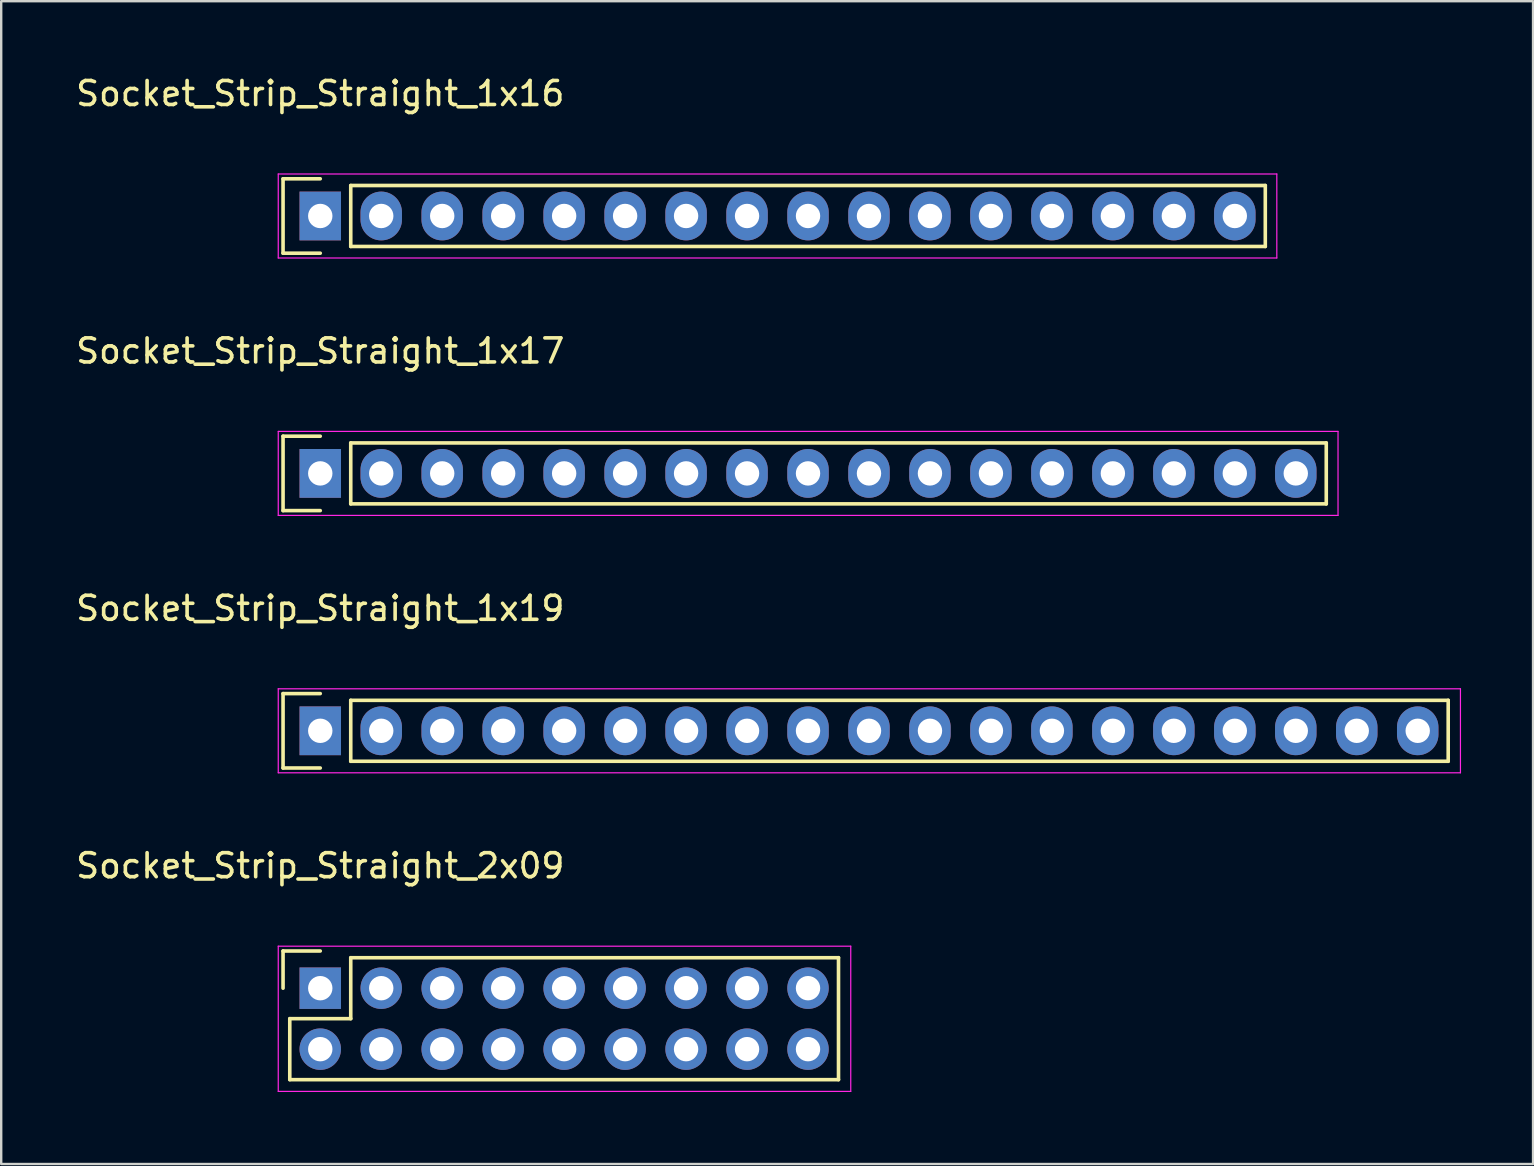
<source format=kicad_pcb>
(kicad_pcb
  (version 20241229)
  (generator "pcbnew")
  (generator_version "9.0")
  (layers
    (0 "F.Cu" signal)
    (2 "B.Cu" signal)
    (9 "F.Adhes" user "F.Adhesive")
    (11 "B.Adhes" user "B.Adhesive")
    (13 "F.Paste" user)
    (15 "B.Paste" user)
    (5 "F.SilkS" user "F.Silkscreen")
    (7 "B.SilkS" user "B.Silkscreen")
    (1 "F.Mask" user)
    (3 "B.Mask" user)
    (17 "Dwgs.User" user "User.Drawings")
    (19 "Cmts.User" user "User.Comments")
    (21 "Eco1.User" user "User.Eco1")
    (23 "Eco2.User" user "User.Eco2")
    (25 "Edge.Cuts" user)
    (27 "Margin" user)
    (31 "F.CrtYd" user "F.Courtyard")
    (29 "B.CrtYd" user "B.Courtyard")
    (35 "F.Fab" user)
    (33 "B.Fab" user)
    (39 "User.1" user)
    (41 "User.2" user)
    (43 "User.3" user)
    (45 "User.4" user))
  (footprint "Socket_Strip_Straight_1x17"
    (layer "F.Cu")
    (at 10.292 16.672)
    (property "Reference" "Socket_Strip_Straight_1x17" (at 0 -5.1 0) (layer "F.SilkS") (effects (font (size 1 1) (thickness 0.15))))
    (attr through_hole)
    (fp_line (start -1.55 -1.55) (end -1.55 1.55) (stroke (width 0.15) (type solid)) (layer "F.SilkS"))
    (fp_line (start -1.55 1.55) (end 0 1.55) (stroke (width 0.15) (type solid)) (layer "F.SilkS"))
    (fp_line (start 0 -1.55) (end -1.55 -1.55) (stroke (width 0.15) (type solid)) (layer "F.SilkS"))
    (fp_line (start 1.27 1.27) (end 1.27 -1.27) (stroke (width 0.15) (type solid)) (layer "F.SilkS"))
    (fp_line (start 1.27 1.27) (end 41.91 1.27) (stroke (width 0.15) (type solid)) (layer "F.SilkS"))
    (fp_line (start 41.91 -1.27) (end 1.27 -1.27) (stroke (width 0.15) (type solid)) (layer "F.SilkS"))
    (fp_line (start 41.91 1.27) (end 41.91 -1.27) (stroke (width 0.15) (type solid)) (layer "F.SilkS"))
    (fp_line (start -1.75 -1.75) (end -1.75 1.75) (stroke (width 0.05) (type solid)) (layer "F.CrtYd"))
    (fp_line (start -1.75 -1.75) (end 42.4 -1.75) (stroke (width 0.05) (type solid)) (layer "F.CrtYd"))
    (fp_line (start -1.75 1.75) (end 42.4 1.75) (stroke (width 0.05) (type solid)) (layer "F.CrtYd"))
    (fp_line (start 42.4 -1.75) (end 42.4 1.75) (stroke (width 0.05) (type solid)) (layer "F.CrtYd"))
    (pad "1" thru_hole rect (at 0 0) (size 1.727 2.032) (drill 1.016) (layers "*.Cu" "*.Mask"))
    (pad "2" thru_hole oval (at 2.54 0) (size 1.727 2.032) (drill 1.016) (layers "*.Cu" "*.Mask"))
    (pad "3" thru_hole oval (at 5.08 0) (size 1.727 2.032) (drill 1.016) (layers "*.Cu" "*.Mask"))
    (pad "4" thru_hole oval (at 7.62 0) (size 1.727 2.032) (drill 1.016) (layers "*.Cu" "*.Mask"))
    (pad "5" thru_hole oval (at 10.16 0) (size 1.727 2.032) (drill 1.016) (layers "*.Cu" "*.Mask"))
    (pad "6" thru_hole oval (at 12.7 0) (size 1.727 2.032) (drill 1.016) (layers "*.Cu" "*.Mask"))
    (pad "7" thru_hole oval (at 15.24 0) (size 1.727 2.032) (drill 1.016) (layers "*.Cu" "*.Mask"))
    (pad "8" thru_hole oval (at 17.78 0) (size 1.727 2.032) (drill 1.016) (layers "*.Cu" "*.Mask"))
    (pad "9" thru_hole oval (at 20.32 0) (size 1.727 2.032) (drill 1.016) (layers "*.Cu" "*.Mask"))
    (pad "10" thru_hole oval (at 22.86 0) (size 1.727 2.032) (drill 1.016) (layers "*.Cu" "*.Mask"))
    (pad "11" thru_hole oval (at 25.4 0) (size 1.727 2.032) (drill 1.016) (layers "*.Cu" "*.Mask"))
    (pad "12" thru_hole oval (at 27.94 0) (size 1.727 2.032) (drill 1.016) (layers "*.Cu" "*.Mask"))
    (pad "13" thru_hole oval (at 30.48 0) (size 1.727 2.032) (drill 1.016) (layers "*.Cu" "*.Mask"))
    (pad "14" thru_hole oval (at 33.02 0) (size 1.727 2.032) (drill 1.016) (layers "*.Cu" "*.Mask"))
    (pad "15" thru_hole oval (at 35.56 0) (size 1.727 2.032) (drill 1.016) (layers "*.Cu" "*.Mask"))
    (pad "16" thru_hole oval (at 38.1 0) (size 1.727 2.032) (drill 1.016) (layers "*.Cu" "*.Mask"))
    (pad "17" thru_hole oval (at 40.64 0) (size 1.727 2.032) (drill 1.016) (layers "*.Cu" "*.Mask")))
  (footprint "Socket_Strip_Straight_2x09"
    (layer "F.Cu")
    (at 10.292 38.118)
    (property "Reference" "Socket_Strip_Straight_2x09" (at 0 -5.1 0) (layer "F.SilkS") (effects (font (size 1 1) (thickness 0.15))))
    (attr through_hole)
    (fp_line (start -1.55 -1.55) (end -1.55 0) (stroke (width 0.15) (type solid)) (layer "F.SilkS"))
    (fp_line (start -1.27 1.27) (end 1.27 1.27) (stroke (width 0.15) (type solid)) (layer "F.SilkS"))
    (fp_line (start -1.27 3.81) (end -1.27 1.27) (stroke (width 0.15) (type solid)) (layer "F.SilkS"))
    (fp_line (start 0 -1.55) (end -1.55 -1.55) (stroke (width 0.15) (type solid)) (layer "F.SilkS"))
    (fp_line (start 1.27 -1.27) (end 21.59 -1.27) (stroke (width 0.15) (type solid)) (layer "F.SilkS"))
    (fp_line (start 1.27 1.27) (end 1.27 -1.27) (stroke (width 0.15) (type solid)) (layer "F.SilkS"))
    (fp_line (start 21.59 3.81) (end -1.27 3.81) (stroke (width 0.15) (type solid)) (layer "F.SilkS"))
    (fp_line (start 21.59 3.81) (end 21.59 -1.27) (stroke (width 0.15) (type solid)) (layer "F.SilkS"))
    (fp_line (start -1.75 -1.75) (end -1.75 4.3) (stroke (width 0.05) (type solid)) (layer "F.CrtYd"))
    (fp_line (start -1.75 -1.75) (end 22.1 -1.75) (stroke (width 0.05) (type solid)) (layer "F.CrtYd"))
    (fp_line (start -1.75 4.3) (end 22.1 4.3) (stroke (width 0.05) (type solid)) (layer "F.CrtYd"))
    (fp_line (start 22.1 -1.75) (end 22.1 4.3) (stroke (width 0.05) (type solid)) (layer "F.CrtYd"))
    (pad "1" thru_hole rect (at 0 0) (size 1.727 1.727) (drill 1.016) (layers "*.Cu" "*.Mask"))
    (pad "2" thru_hole oval (at 0 2.54) (size 1.727 1.727) (drill 1.016) (layers "*.Cu" "*.Mask"))
    (pad "3" thru_hole oval (at 2.54 0) (size 1.727 1.727) (drill 1.016) (layers "*.Cu" "*.Mask"))
    (pad "4" thru_hole oval (at 2.54 2.54) (size 1.727 1.727) (drill 1.016) (layers "*.Cu" "*.Mask"))
    (pad "5" thru_hole oval (at 5.08 0) (size 1.727 1.727) (drill 1.016) (layers "*.Cu" "*.Mask"))
    (pad "6" thru_hole oval (at 5.08 2.54) (size 1.727 1.727) (drill 1.016) (layers "*.Cu" "*.Mask"))
    (pad "7" thru_hole oval (at 7.62 0) (size 1.727 1.727) (drill 1.016) (layers "*.Cu" "*.Mask"))
    (pad "8" thru_hole oval (at 7.62 2.54) (size 1.727 1.727) (drill 1.016) (layers "*.Cu" "*.Mask"))
    (pad "9" thru_hole oval (at 10.16 0) (size 1.727 1.727) (drill 1.016) (layers "*.Cu" "*.Mask"))
    (pad "10" thru_hole oval (at 10.16 2.54) (size 1.727 1.727) (drill 1.016) (layers "*.Cu" "*.Mask"))
    (pad "11" thru_hole oval (at 12.7 0) (size 1.727 1.727) (drill 1.016) (layers "*.Cu" "*.Mask"))
    (pad "12" thru_hole oval (at 12.7 2.54) (size 1.727 1.727) (drill 1.016) (layers "*.Cu" "*.Mask"))
    (pad "13" thru_hole oval (at 15.24 0) (size 1.727 1.727) (drill 1.016) (layers "*.Cu" "*.Mask"))
    (pad "14" thru_hole oval (at 15.24 2.54) (size 1.727 1.727) (drill 1.016) (layers "*.Cu" "*.Mask"))
    (pad "15" thru_hole oval (at 17.78 0) (size 1.727 1.727) (drill 1.016) (layers "*.Cu" "*.Mask"))
    (pad "16" thru_hole oval (at 17.78 2.54) (size 1.727 1.727) (drill 1.016) (layers "*.Cu" "*.Mask"))
    (pad "17" thru_hole oval (at 20.32 0) (size 1.727 1.727) (drill 1.016) (layers "*.Cu" "*.Mask"))
    (pad "18" thru_hole oval (at 20.32 2.54) (size 1.727 1.727) (drill 1.016) (layers "*.Cu" "*.Mask")))
  (footprint "Socket_Strip_Straight_1x19"
    (layer "F.Cu")
    (at 10.292 27.395)
    (property "Reference" "Socket_Strip_Straight_1x19" (at 0 -5.1 0) (layer "F.SilkS") (effects (font (size 1 1) (thickness 0.15))))
    (attr through_hole)
    (fp_line (start -1.55 -1.55) (end -1.55 1.55) (stroke (width 0.15) (type solid)) (layer "F.SilkS"))
    (fp_line (start -1.55 1.55) (end 0 1.55) (stroke (width 0.15) (type solid)) (layer "F.SilkS"))
    (fp_line (start 0 -1.55) (end -1.55 -1.55) (stroke (width 0.15) (type solid)) (layer "F.SilkS"))
    (fp_line (start 1.27 1.27) (end 1.27 -1.27) (stroke (width 0.15) (type solid)) (layer "F.SilkS"))
    (fp_line (start 1.27 1.27) (end 46.99 1.27) (stroke (width 0.15) (type solid)) (layer "F.SilkS"))
    (fp_line (start 46.99 -1.27) (end 1.27 -1.27) (stroke (width 0.15) (type solid)) (layer "F.SilkS"))
    (fp_line (start 46.99 1.27) (end 46.99 -1.27) (stroke (width 0.15) (type solid)) (layer "F.SilkS"))
    (fp_line (start -1.75 -1.75) (end -1.75 1.75) (stroke (width 0.05) (type solid)) (layer "F.CrtYd"))
    (fp_line (start -1.75 -1.75) (end 47.5 -1.75) (stroke (width 0.05) (type solid)) (layer "F.CrtYd"))
    (fp_line (start -1.75 1.75) (end 47.5 1.75) (stroke (width 0.05) (type solid)) (layer "F.CrtYd"))
    (fp_line (start 47.5 -1.75) (end 47.5 1.75) (stroke (width 0.05) (type solid)) (layer "F.CrtYd"))
    (pad "1" thru_hole rect (at 0 0) (size 1.727 2.032) (drill 1.016) (layers "*.Cu" "*.Mask"))
    (pad "2" thru_hole oval (at 2.54 0) (size 1.727 2.032) (drill 1.016) (layers "*.Cu" "*.Mask"))
    (pad "3" thru_hole oval (at 5.08 0) (size 1.727 2.032) (drill 1.016) (layers "*.Cu" "*.Mask"))
    (pad "4" thru_hole oval (at 7.62 0) (size 1.727 2.032) (drill 1.016) (layers "*.Cu" "*.Mask"))
    (pad "5" thru_hole oval (at 10.16 0) (size 1.727 2.032) (drill 1.016) (layers "*.Cu" "*.Mask"))
    (pad "6" thru_hole oval (at 12.7 0) (size 1.727 2.032) (drill 1.016) (layers "*.Cu" "*.Mask"))
    (pad "7" thru_hole oval (at 15.24 0) (size 1.727 2.032) (drill 1.016) (layers "*.Cu" "*.Mask"))
    (pad "8" thru_hole oval (at 17.78 0) (size 1.727 2.032) (drill 1.016) (layers "*.Cu" "*.Mask"))
    (pad "9" thru_hole oval (at 20.32 0) (size 1.727 2.032) (drill 1.016) (layers "*.Cu" "*.Mask"))
    (pad "10" thru_hole oval (at 22.86 0) (size 1.727 2.032) (drill 1.016) (layers "*.Cu" "*.Mask"))
    (pad "11" thru_hole oval (at 25.4 0) (size 1.727 2.032) (drill 1.016) (layers "*.Cu" "*.Mask"))
    (pad "12" thru_hole oval (at 27.94 0) (size 1.727 2.032) (drill 1.016) (layers "*.Cu" "*.Mask"))
    (pad "13" thru_hole oval (at 30.48 0) (size 1.727 2.032) (drill 1.016) (layers "*.Cu" "*.Mask"))
    (pad "14" thru_hole oval (at 33.02 0) (size 1.727 2.032) (drill 1.016) (layers "*.Cu" "*.Mask"))
    (pad "15" thru_hole oval (at 35.56 0) (size 1.727 2.032) (drill 1.016) (layers "*.Cu" "*.Mask"))
    (pad "16" thru_hole oval (at 38.1 0) (size 1.727 2.032) (drill 1.016) (layers "*.Cu" "*.Mask"))
    (pad "17" thru_hole oval (at 40.64 0) (size 1.727 2.032) (drill 1.016) (layers "*.Cu" "*.Mask"))
    (pad "18" thru_hole oval (at 43.18 0) (size 1.727 2.032) (drill 1.016) (layers "*.Cu" "*.Mask"))
    (pad "19" thru_hole oval (at 45.72 0) (size 1.727 2.032) (drill 1.016) (layers "*.Cu" "*.Mask")))
  (footprint "Socket_Strip_Straight_1x16"
    (layer "F.Cu")
    (at 10.292 5.948)
    (property "Reference" "Socket_Strip_Straight_1x16" (at 0 -5.1 0) (layer "F.SilkS") (effects (font (size 1 1) (thickness 0.15))))
    (attr through_hole)
    (fp_line (start -1.55 -1.55) (end -1.55 1.55) (stroke (width 0.15) (type solid)) (layer "F.SilkS"))
    (fp_line (start -1.55 1.55) (end 0 1.55) (stroke (width 0.15) (type solid)) (layer "F.SilkS"))
    (fp_line (start 0 -1.55) (end -1.55 -1.55) (stroke (width 0.15) (type solid)) (layer "F.SilkS"))
    (fp_line (start 1.27 -1.27) (end 39.37 -1.27) (stroke (width 0.15) (type solid)) (layer "F.SilkS"))
    (fp_line (start 1.27 1.27) (end 1.27 -1.27) (stroke (width 0.15) (type solid)) (layer "F.SilkS"))
    (fp_line (start 39.37 -1.27) (end 39.37 1.27) (stroke (width 0.15) (type solid)) (layer "F.SilkS"))
    (fp_line (start 39.37 1.27) (end 1.27 1.27) (stroke (width 0.15) (type solid)) (layer "F.SilkS"))
    (fp_line (start -1.75 -1.75) (end -1.75 1.75) (stroke (width 0.05) (type solid)) (layer "F.CrtYd"))
    (fp_line (start -1.75 -1.75) (end 39.85 -1.75) (stroke (width 0.05) (type solid)) (layer "F.CrtYd"))
    (fp_line (start -1.75 1.75) (end 39.85 1.75) (stroke (width 0.05) (type solid)) (layer "F.CrtYd"))
    (fp_line (start 39.85 -1.75) (end 39.85 1.75) (stroke (width 0.05) (type solid)) (layer "F.CrtYd"))
    (pad "1" thru_hole rect (at 0 0) (size 1.727 2.032) (drill 1.016) (layers "*.Cu" "*.Mask"))
    (pad "2" thru_hole oval (at 2.54 0) (size 1.727 2.032) (drill 1.016) (layers "*.Cu" "*.Mask"))
    (pad "3" thru_hole oval (at 5.08 0) (size 1.727 2.032) (drill 1.016) (layers "*.Cu" "*.Mask"))
    (pad "4" thru_hole oval (at 7.62 0) (size 1.727 2.032) (drill 1.016) (layers "*.Cu" "*.Mask"))
    (pad "5" thru_hole oval (at 10.16 0) (size 1.727 2.032) (drill 1.016) (layers "*.Cu" "*.Mask"))
    (pad "6" thru_hole oval (at 12.7 0) (size 1.727 2.032) (drill 1.016) (layers "*.Cu" "*.Mask"))
    (pad "7" thru_hole oval (at 15.24 0) (size 1.727 2.032) (drill 1.016) (layers "*.Cu" "*.Mask"))
    (pad "8" thru_hole oval (at 17.78 0) (size 1.727 2.032) (drill 1.016) (layers "*.Cu" "*.Mask"))
    (pad "9" thru_hole oval (at 20.32 0) (size 1.727 2.032) (drill 1.016) (layers "*.Cu" "*.Mask"))
    (pad "10" thru_hole oval (at 22.86 0) (size 1.727 2.032) (drill 1.016) (layers "*.Cu" "*.Mask"))
    (pad "11" thru_hole oval (at 25.4 0) (size 1.727 2.032) (drill 1.016) (layers "*.Cu" "*.Mask"))
    (pad "12" thru_hole oval (at 27.94 0) (size 1.727 2.032) (drill 1.016) (layers "*.Cu" "*.Mask"))
    (pad "13" thru_hole oval (at 30.48 0) (size 1.727 2.032) (drill 1.016) (layers "*.Cu" "*.Mask"))
    (pad "14" thru_hole oval (at 33.02 0) (size 1.727 2.032) (drill 1.016) (layers "*.Cu" "*.Mask"))
    (pad "15" thru_hole oval (at 35.56 0) (size 1.727 2.032) (drill 1.016) (layers "*.Cu" "*.Mask"))
    (pad "16" thru_hole oval (at 38.1 0) (size 1.727 2.032) (drill 1.016) (layers "*.Cu" "*.Mask")))
  (gr_rect
    (start -3 -3)
    (end 60.817 45.443)
    (stroke (width 0.1) (type default))
    (fill no)
    (layer "Edge.Cuts")))
</source>
